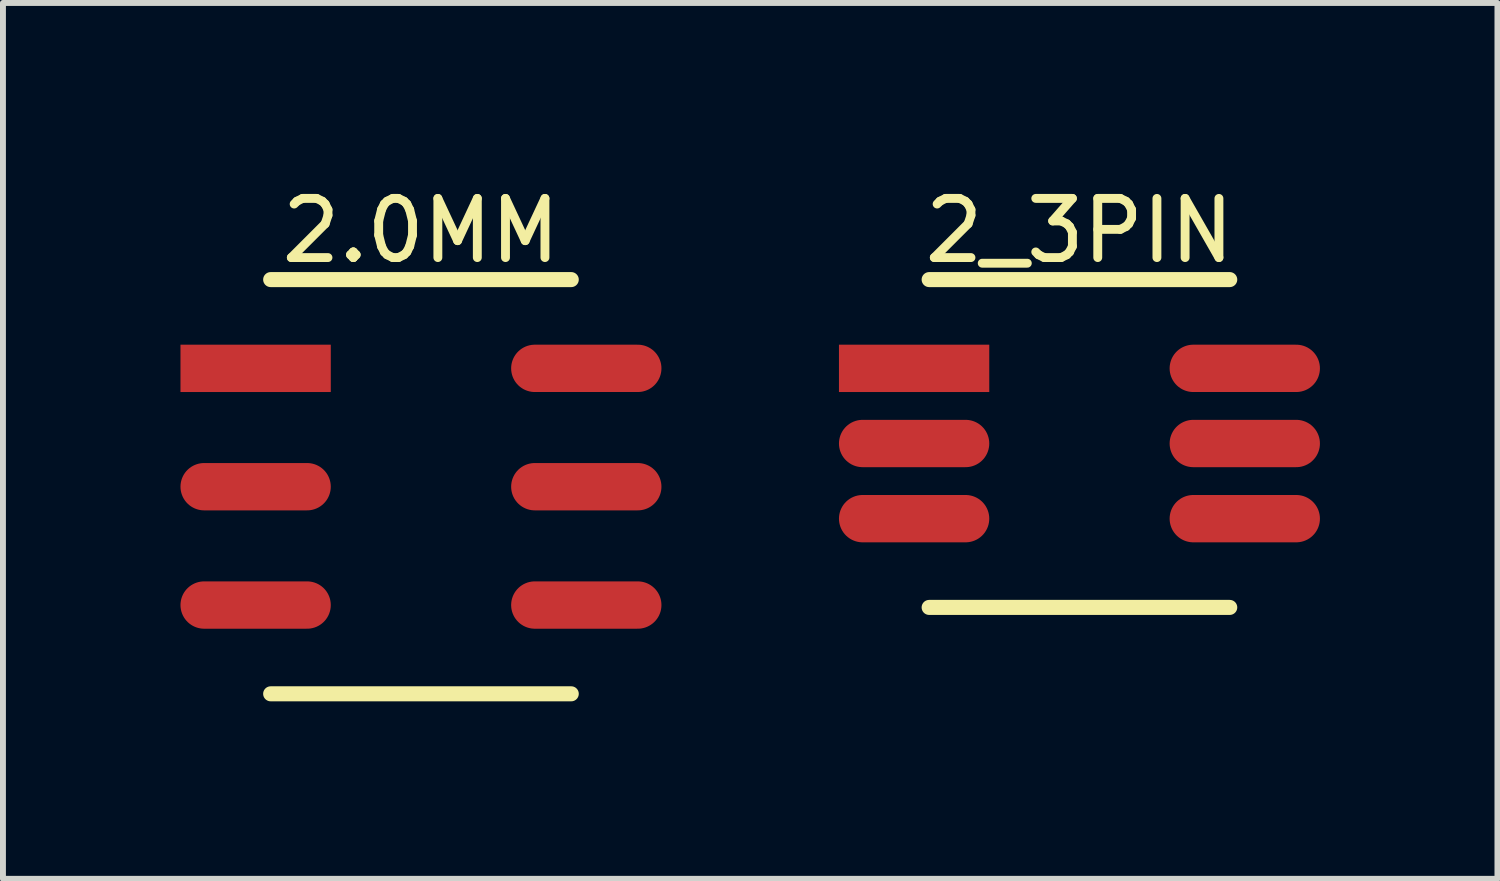
<source format=kicad_pcb>
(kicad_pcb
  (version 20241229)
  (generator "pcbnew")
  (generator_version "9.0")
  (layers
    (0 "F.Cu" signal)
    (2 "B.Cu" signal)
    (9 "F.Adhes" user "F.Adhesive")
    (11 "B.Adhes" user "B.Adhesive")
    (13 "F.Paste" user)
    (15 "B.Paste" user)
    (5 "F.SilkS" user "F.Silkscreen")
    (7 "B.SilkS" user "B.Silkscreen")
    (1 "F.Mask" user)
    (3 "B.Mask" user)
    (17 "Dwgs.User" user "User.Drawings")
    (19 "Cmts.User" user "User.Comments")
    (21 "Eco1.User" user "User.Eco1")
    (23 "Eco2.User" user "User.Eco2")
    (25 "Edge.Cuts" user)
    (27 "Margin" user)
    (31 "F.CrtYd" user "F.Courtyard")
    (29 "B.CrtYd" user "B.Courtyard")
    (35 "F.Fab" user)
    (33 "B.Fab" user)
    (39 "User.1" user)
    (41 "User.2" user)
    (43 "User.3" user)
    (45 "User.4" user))
  (footprint "2_3PIN"
    (layer "F.Cu")
    (at 15.192 4.318)
    (property "Reference" "2_3PIN" (at 0 -3.47 0) (layer "F.SilkS") (effects (font (size 1 1) (thickness 0.15))))
    (fp_line (start -2.54 -2.643) (end 2.54 -2.643) (stroke (width 0.254) (type solid)) (layer "F.SilkS"))
    (fp_line (start -2.54 2.897) (end 2.54 2.897) (stroke (width 0.254) (type solid)) (layer "F.SilkS"))
    (pad "1" smd rect (at -2.794 -1.143) (size 2.54 0.8) (layers "F.Cu" "F.Mask" "F.Paste"))
    (pad "2" smd oval (at 2.794 -1.143 180) (size 2.54 0.8) (layers "F.Cu" "F.Mask" "F.Paste"))
    (pad "3" smd oval (at -2.794 0.127) (size 2.54 0.8) (layers "F.Cu" "F.Mask" "F.Paste"))
    (pad "4" smd oval (at 2.794 0.127 180) (size 2.54 0.8) (layers "F.Cu" "F.Mask" "F.Paste"))
    (pad "5" smd oval (at -2.794 1.397) (size 2.54 0.8) (layers "F.Cu" "F.Mask" "F.Paste"))
    (pad "6" smd oval (at 2.794 1.397) (size 2.54 0.8) (layers "F.Cu" "F.Mask" "F.Paste")))
  (footprint "2.0MM"
    (layer "F.Cu")
    (at 1.27 3.175)
    (property "Reference" "2.0MM" (at 2.794 -2.327 0) (layer "F.SilkS") (effects (font (size 1 1) (thickness 0.15))))
    (fp_line (start 0.254 -1.5) (end 5.334 -1.5) (stroke (width 0.254) (type solid)) (layer "F.SilkS"))
    (fp_line (start 0.254 5.5) (end 5.334 5.5) (stroke (width 0.254) (type solid)) (layer "F.SilkS"))
    (pad "1" smd rect (at 0 0) (size 2.54 0.8) (layers "F.Cu" "F.Mask" "F.Paste"))
    (pad "2" smd oval (at 5.588 0 180) (size 2.54 0.8) (layers "F.Cu" "F.Mask" "F.Paste"))
    (pad "3" smd oval (at 0 2) (size 2.54 0.8) (layers "F.Cu" "F.Mask" "F.Paste"))
    (pad "4" smd oval (at 5.588 2 180) (size 2.54 0.8) (layers "F.Cu" "F.Mask" "F.Paste"))
    (pad "5" smd oval (at 0 4) (size 2.54 0.8) (layers "F.Cu" "F.Mask" "F.Paste"))
    (pad "6" smd oval (at 5.588 4) (size 2.54 0.8) (layers "F.Cu" "F.Mask" "F.Paste")))
  (gr_rect
    (start -3 -3)
    (end 22.256 11.802)
    (stroke (width 0.1) (type default))
    (fill no)
    (layer "Edge.Cuts")))
</source>
